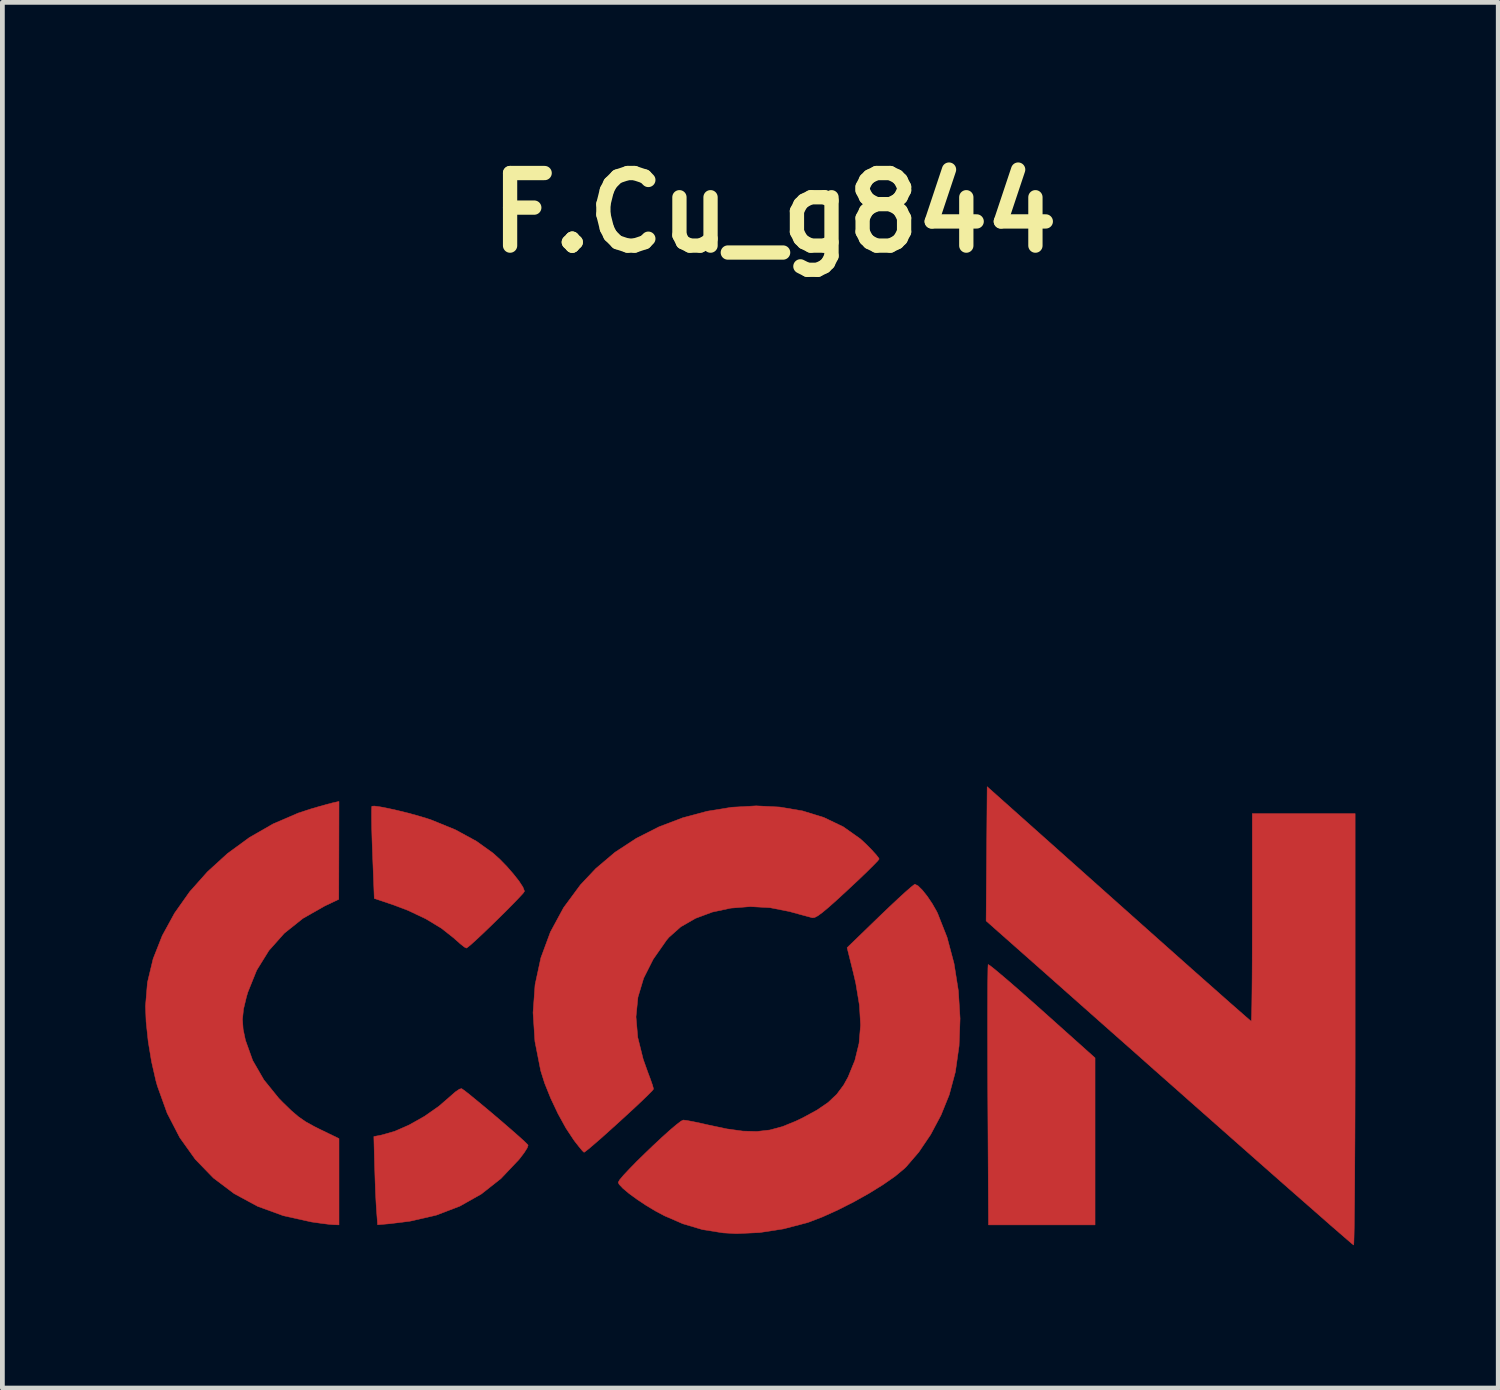
<source format=kicad_pcb>
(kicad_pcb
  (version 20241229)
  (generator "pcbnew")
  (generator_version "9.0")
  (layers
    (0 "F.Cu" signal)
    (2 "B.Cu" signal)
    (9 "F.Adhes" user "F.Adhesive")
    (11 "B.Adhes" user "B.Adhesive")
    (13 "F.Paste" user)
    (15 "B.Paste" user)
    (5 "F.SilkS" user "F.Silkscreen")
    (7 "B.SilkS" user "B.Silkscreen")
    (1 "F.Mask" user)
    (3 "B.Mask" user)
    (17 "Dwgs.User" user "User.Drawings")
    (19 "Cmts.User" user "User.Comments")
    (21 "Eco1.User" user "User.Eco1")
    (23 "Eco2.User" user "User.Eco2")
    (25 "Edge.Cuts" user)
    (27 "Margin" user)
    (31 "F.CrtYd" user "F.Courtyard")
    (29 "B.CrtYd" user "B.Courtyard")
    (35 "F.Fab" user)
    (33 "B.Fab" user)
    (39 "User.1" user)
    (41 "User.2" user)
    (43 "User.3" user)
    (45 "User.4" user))
  (footprint "F.Cu_g844"
    (layer "F.Cu")
    (at 13.212 1.418)
    (property "Reference" "F.Cu_g844" (at 0 0 0) (layer "F.SilkS") (effects (font (size 1.524 1.524) (thickness 0.3))))
    (attr through_hole)
    (fp_poly (pts (xy 4.522 15.805) (xy 4.613 15.876) (xy 4.752 15.992) (xy 4.933 16.146) (xy 5.147 16.332) (xy 5.387 16.544) (xy 5.62 16.751) (xy 6.731 17.745) (xy 6.731 21.251) (xy 4.494 21.251) (xy 4.479 18.531) (xy 4.477 18.059) (xy 4.476 17.612) (xy 4.475 17.197) (xy 4.475 16.822) (xy 4.476 16.494) (xy 4.477 16.219) (xy 4.48 16.005) (xy 4.482 15.86) (xy 4.486 15.789) (xy 4.487 15.784) (xy 4.522 15.805)) (stroke (width 0.01) (type solid)) (fill yes) (layer "F.Cu"))
    (fp_poly (pts (xy -6.498 18.44) (xy -6.382 18.532) (xy -6.231 18.656) (xy -6.057 18.8) (xy -5.872 18.956) (xy -5.687 19.114) (xy -5.515 19.263) (xy -5.366 19.394) (xy -5.252 19.497) (xy -5.186 19.562) (xy -5.173 19.578) (xy -5.192 19.635) (xy -5.255 19.735) (xy -5.349 19.859) (xy -5.369 19.883) (xy -5.744 20.279) (xy -6.155 20.603) (xy -6.606 20.858) (xy -7.104 21.048) (xy -7.654 21.174) (xy -8.072 21.226) (xy -8.333 21.249) (xy -8.356 20.943) (xy -8.366 20.785) (xy -8.377 20.569) (xy -8.386 20.32) (xy -8.394 20.066) (xy -8.396 20.017) (xy -8.412 19.396) (xy -8.259 19.367) (xy -7.976 19.287) (xy -7.665 19.15) (xy -7.348 18.971) (xy -7.048 18.761) (xy -6.809 18.554) (xy -6.702 18.46) (xy -6.615 18.401) (xy -6.569 18.39) (xy -6.498 18.44)) (stroke (width 0.01) (type solid)) (fill yes) (layer "F.Cu"))
    (fp_poly (pts (xy -8.282 12.473) (xy -8.116 12.505) (xy -7.918 12.549) (xy -7.705 12.601) (xy -7.493 12.659) (xy -7.299 12.717) (xy -7.202 12.75) (xy -6.702 12.954) (xy -6.259 13.195) (xy -5.91 13.445) (xy -5.766 13.575) (xy -5.618 13.727) (xy -5.48 13.886) (xy -5.363 14.035) (xy -5.282 14.159) (xy -5.25 14.242) (xy -5.249 14.246) (xy -5.278 14.288) (xy -5.358 14.375) (xy -5.477 14.499) (xy -5.623 14.647) (xy -5.786 14.808) (xy -5.954 14.972) (xy -6.115 15.127) (xy -6.259 15.262) (xy -6.374 15.366) (xy -6.449 15.427) (xy -6.469 15.439) (xy -6.512 15.417) (xy -6.598 15.349) (xy -6.711 15.249) (xy -6.734 15.228) (xy -6.995 15.022) (xy -7.322 14.825) (xy -7.698 14.647) (xy -8.022 14.525) (xy -8.403 14.397) (xy -8.44 13.441) (xy -8.45 13.165) (xy -8.457 12.918) (xy -8.46 12.713) (xy -8.46 12.561) (xy -8.457 12.475) (xy -8.453 12.461) (xy -8.4 12.457) (xy -8.282 12.473)) (stroke (width 0.01) (type solid)) (fill yes) (layer "F.Cu"))
    (fp_poly (pts (xy -9.146 13.387) (xy -9.149 14.415) (xy -9.445 14.556) (xy -9.902 14.816) (xy -10.293 15.128) (xy -10.616 15.491) (xy -10.872 15.904) (xy -11.058 16.365) (xy -11.088 16.467) (xy -11.149 16.721) (xy -11.171 16.935) (xy -11.157 17.142) (xy -11.109 17.372) (xy -10.956 17.799) (xy -10.722 18.205) (xy -10.407 18.594) (xy -10.329 18.674) (xy -10.148 18.85) (xy -9.996 18.98) (xy -9.845 19.085) (xy -9.668 19.183) (xy -9.555 19.24) (xy -9.144 19.439) (xy -9.144 21.251) (xy -9.26 21.247) (xy -9.357 21.239) (xy -9.508 21.22) (xy -9.684 21.195) (xy -9.72 21.19) (xy -10.312 21.059) (xy -10.854 20.861) (xy -11.344 20.596) (xy -11.781 20.267) (xy -12.162 19.874) (xy -12.487 19.419) (xy -12.753 18.904) (xy -12.959 18.331) (xy -12.989 18.223) (xy -13.08 17.824) (xy -13.15 17.401) (xy -13.194 16.987) (xy -13.207 16.658) (xy -13.166 16.161) (xy -13.047 15.665) (xy -12.855 15.178) (xy -12.597 14.706) (xy -12.279 14.256) (xy -11.906 13.837) (xy -11.486 13.454) (xy -11.025 13.117) (xy -10.527 12.831) (xy -10 12.604) (xy -9.737 12.518) (xy -9.559 12.466) (xy -9.399 12.422) (xy -9.284 12.391) (xy -9.26 12.386) (xy -9.144 12.36) (xy -9.146 13.387)) (stroke (width 0.01) (type solid)) (fill yes) (layer "F.Cu"))
    (fp_poly (pts (xy 7.228 14.513) (xy 7.64 14.88) (xy 8.034 15.231) (xy 8.405 15.561) (xy 8.749 15.867) (xy 9.061 16.143) (xy 9.337 16.387) (xy 9.572 16.595) (xy 9.762 16.761) (xy 9.901 16.883) (xy 9.985 16.955) (xy 10.011 16.976) (xy 10.015 16.935) (xy 10.019 16.817) (xy 10.023 16.63) (xy 10.026 16.383) (xy 10.029 16.082) (xy 10.031 15.736) (xy 10.032 15.353) (xy 10.033 14.94) (xy 10.033 14.796) (xy 10.033 12.615) (xy 12.192 12.615) (xy 12.192 17.145) (xy 12.192 17.757) (xy 12.191 18.344) (xy 12.19 18.901) (xy 12.188 19.423) (xy 12.185 19.905) (xy 12.183 20.34) (xy 12.18 20.723) (xy 12.176 21.05) (xy 12.173 21.313) (xy 12.169 21.509) (xy 12.165 21.631) (xy 12.16 21.673) (xy 12.16 21.673) (xy 12.125 21.646) (xy 12.03 21.565) (xy 11.881 21.436) (xy 11.679 21.261) (xy 11.431 21.043) (xy 11.139 20.787) (xy 10.807 20.496) (xy 10.44 20.173) (xy 10.042 19.822) (xy 9.616 19.446) (xy 9.167 19.049) (xy 8.698 18.635) (xy 8.467 18.43) (xy 7.986 18.005) (xy 7.522 17.593) (xy 7.076 17.199) (xy 6.654 16.825) (xy 6.261 16.477) (xy 5.899 16.156) (xy 5.574 15.868) (xy 5.289 15.616) (xy 5.049 15.404) (xy 4.858 15.235) (xy 4.72 15.113) (xy 4.64 15.042) (xy 4.624 15.028) (xy 4.444 14.868) (xy 4.466 12.05) (xy 7.228 14.513)) (stroke (width 0.01) (type solid)) (fill yes) (layer "F.Cu"))
    (fp_poly (pts (xy 3.014 14.132) (xy 3.105 14.222) (xy 3.21 14.354) (xy 3.314 14.509) (xy 3.406 14.67) (xy 3.425 14.709) (xy 3.624 15.214) (xy 3.77 15.762) (xy 3.861 16.336) (xy 3.897 16.919) (xy 3.876 17.493) (xy 3.798 18.041) (xy 3.669 18.521) (xy 3.497 18.946) (xy 3.28 19.354) (xy 3.03 19.724) (xy 2.763 20.034) (xy 2.723 20.072) (xy 2.532 20.231) (xy 2.279 20.407) (xy 1.982 20.591) (xy 1.66 20.771) (xy 1.33 20.938) (xy 1.012 21.082) (xy 0.723 21.193) (xy 0.68 21.207) (xy 0.186 21.336) (xy -0.315 21.413) (xy -0.798 21.435) (xy -1.079 21.419) (xy -1.512 21.35) (xy -1.921 21.229) (xy -2.307 21.062) (xy -2.499 20.96) (xy -2.697 20.841) (xy -2.886 20.715) (xy -3.052 20.594) (xy -3.182 20.485) (xy -3.262 20.4) (xy -3.281 20.359) (xy -3.251 20.306) (xy -3.169 20.208) (xy -3.045 20.076) (xy -2.892 19.919) (xy -2.719 19.75) (xy -2.539 19.577) (xy -2.363 19.413) (xy -2.201 19.267) (xy -2.064 19.151) (xy -1.965 19.075) (xy -1.915 19.05) (xy -1.838 19.059) (xy -1.702 19.085) (xy -1.526 19.122) (xy -1.39 19.153) (xy -0.998 19.236) (xy -0.664 19.282) (xy -0.37 19.29) (xy -0.099 19.259) (xy 0.168 19.187) (xy 0.45 19.072) (xy 0.59 19.005) (xy 0.892 18.841) (xy 1.126 18.681) (xy 1.307 18.51) (xy 1.452 18.316) (xy 1.545 18.148) (xy 1.688 17.798) (xy 1.776 17.438) (xy 1.808 17.056) (xy 1.784 16.64) (xy 1.707 16.176) (xy 1.651 15.937) (xy 1.525 15.431) (xy 2.213 14.765) (xy 2.413 14.574) (xy 2.594 14.404) (xy 2.748 14.263) (xy 2.865 14.161) (xy 2.935 14.106) (xy 2.949 14.099) (xy 3.014 14.132)) (stroke (width 0.01) (type solid)) (fill yes) (layer "F.Cu"))
    (fp_poly (pts (xy 0.114 12.478) (xy 0.591 12.559) (xy 1.037 12.697) (xy 1.444 12.892) (xy 1.802 13.145) (xy 1.915 13.249) (xy 2.039 13.374) (xy 2.135 13.48) (xy 2.19 13.551) (xy 2.197 13.569) (xy 2.167 13.609) (xy 2.082 13.697) (xy 1.954 13.824) (xy 1.791 13.981) (xy 1.602 14.158) (xy 1.538 14.218) (xy 1.311 14.427) (xy 1.136 14.583) (xy 1.005 14.692) (xy 0.911 14.761) (xy 0.845 14.796) (xy 0.799 14.803) (xy 0.791 14.801) (xy 0.71 14.779) (xy 0.572 14.742) (xy 0.4 14.695) (xy 0.318 14.672) (xy -0.092 14.591) (xy -0.508 14.568) (xy -0.916 14.6) (xy -1.304 14.683) (xy -1.659 14.815) (xy -1.968 14.993) (xy -2.217 15.214) (xy -2.266 15.272) (xy -2.547 15.674) (xy -2.747 16.071) (xy -2.867 16.471) (xy -2.908 16.883) (xy -2.871 17.314) (xy -2.757 17.772) (xy -2.664 18.034) (xy -2.606 18.189) (xy -2.562 18.315) (xy -2.541 18.391) (xy -2.54 18.399) (xy -2.57 18.437) (xy -2.653 18.521) (xy -2.777 18.641) (xy -2.933 18.788) (xy -3.109 18.95) (xy -3.295 19.12) (xy -3.479 19.286) (xy -3.65 19.439) (xy -3.799 19.568) (xy -3.914 19.665) (xy -3.984 19.719) (xy -3.999 19.727) (xy -4.033 19.696) (xy -4.103 19.612) (xy -4.196 19.493) (xy -4.218 19.463) (xy -4.381 19.216) (xy -4.546 18.916) (xy -4.699 18.592) (xy -4.827 18.274) (xy -4.909 18.013) (xy -5.03 17.398) (xy -5.069 16.796) (xy -5.027 16.209) (xy -4.905 15.643) (xy -4.705 15.102) (xy -4.428 14.59) (xy -4.075 14.112) (xy -3.753 13.77) (xy -3.348 13.427) (xy -2.902 13.135) (xy -2.425 12.893) (xy -1.926 12.703) (xy -1.414 12.566) (xy -0.898 12.482) (xy -0.385 12.453) (xy 0.114 12.478)) (stroke (width 0.01) (type solid)) (fill yes) (layer "F.Cu")))
  (gr_rect
    (start -3 -3)
    (end 28.409 26.096)
    (stroke (width 0.1) (type default))
    (fill no)
    (layer "Edge.Cuts")))
</source>
